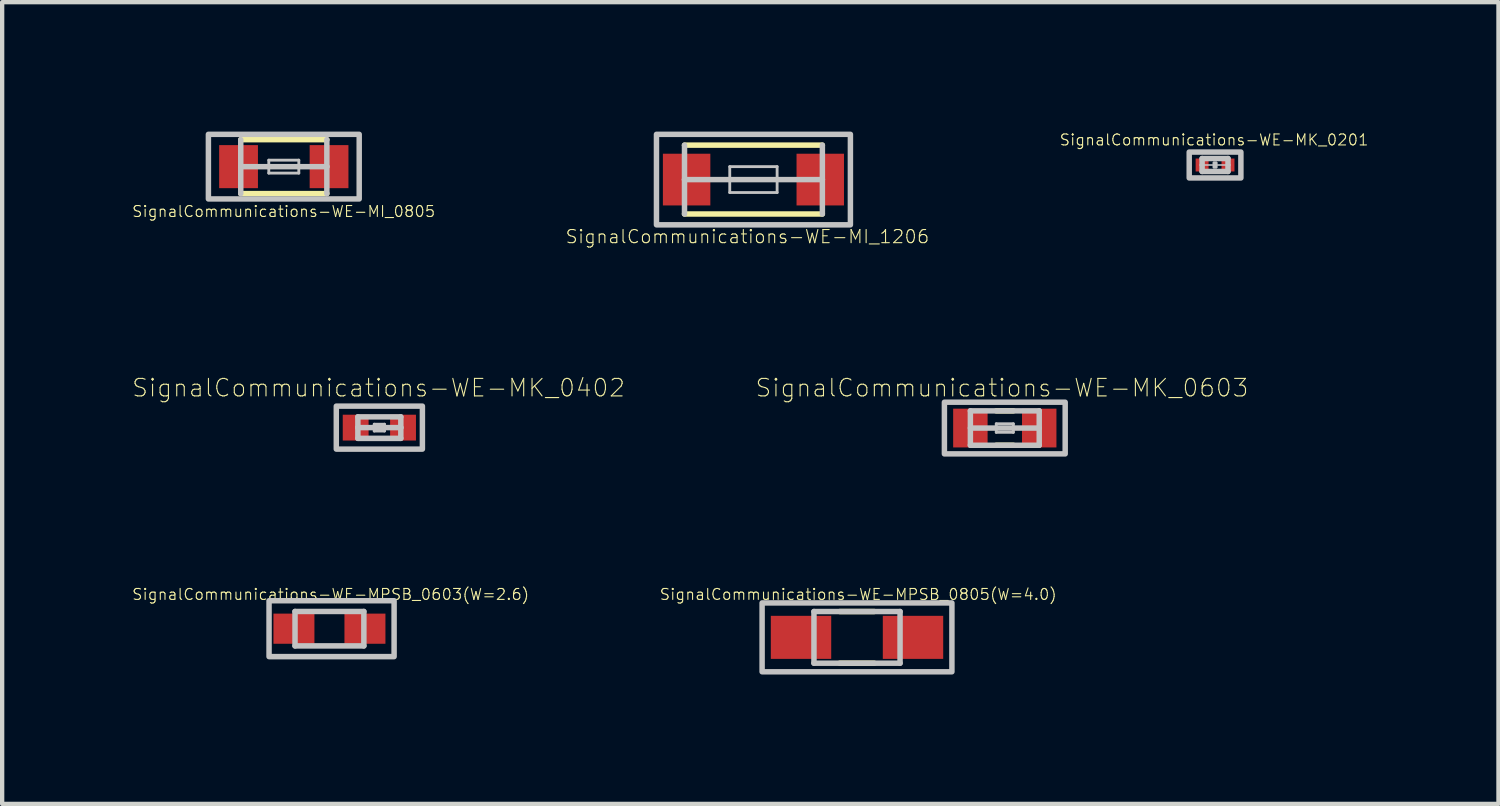
<source format=kicad_pcb>
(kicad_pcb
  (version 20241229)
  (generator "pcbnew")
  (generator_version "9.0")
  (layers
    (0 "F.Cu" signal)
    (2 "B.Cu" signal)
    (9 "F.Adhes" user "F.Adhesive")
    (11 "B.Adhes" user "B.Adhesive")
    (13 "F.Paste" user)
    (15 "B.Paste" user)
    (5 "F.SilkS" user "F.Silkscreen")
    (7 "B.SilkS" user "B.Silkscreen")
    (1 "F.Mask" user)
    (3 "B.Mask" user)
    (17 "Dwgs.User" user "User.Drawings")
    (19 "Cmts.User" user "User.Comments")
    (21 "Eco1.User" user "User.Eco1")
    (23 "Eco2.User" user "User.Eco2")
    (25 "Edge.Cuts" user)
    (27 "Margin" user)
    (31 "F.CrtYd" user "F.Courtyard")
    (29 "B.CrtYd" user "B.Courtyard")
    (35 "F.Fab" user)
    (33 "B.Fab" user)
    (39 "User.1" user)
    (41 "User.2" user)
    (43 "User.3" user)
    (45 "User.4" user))
  (footprint "SignalCommunications-WE-MK_0402"
    (layer "F.Cu")
    (at 5.744 6.863)
    (property "Reference" "SignalCommunications-WE-MK_0402" (at -0.018 -0.922 0) (layer "F.SilkS") (effects (font (size 0.406 0.406) (thickness 0.025))))
    (attr smd)
    (fp_line (start -0.498 -0.249) (end 0.498 -0.249) (stroke (width 0.127) (type solid)) (layer "Dwgs.User"))
    (fp_line (start -0.498 0) (end -0.498 -0.249) (stroke (width 0.127) (type solid)) (layer "Dwgs.User"))
    (fp_line (start -0.498 0) (end 0.498 0) (stroke (width 0.127) (type solid)) (layer "Dwgs.User"))
    (fp_line (start -0.498 0.249) (end -0.498 0) (stroke (width 0.127) (type solid)) (layer "Dwgs.User"))
    (fp_line (start -0.119 -0.079) (end 0.119 -0.079) (stroke (width 0.066) (type solid)) (layer "Dwgs.User"))
    (fp_line (start -0.119 0.079) (end -0.119 -0.079) (stroke (width 0.066) (type solid)) (layer "Dwgs.User"))
    (fp_line (start -0.119 0.079) (end 0.119 0.079) (stroke (width 0.066) (type solid)) (layer "Dwgs.User"))
    (fp_line (start 0.119 0.079) (end 0.119 -0.079) (stroke (width 0.066) (type solid)) (layer "Dwgs.User"))
    (fp_line (start 0.498 -0.249) (end 0.498 0) (stroke (width 0.127) (type solid)) (layer "Dwgs.User"))
    (fp_line (start 0.498 0) (end 0.498 0.249) (stroke (width 0.127) (type solid)) (layer "Dwgs.User"))
    (fp_line (start 0.498 0.249) (end -0.498 0.249) (stroke (width 0.127) (type solid)) (layer "Dwgs.User"))
    (fp_poly (pts (xy -0.998 -0.498) (xy 0.998 -0.498) (xy 0.998 0.498) (xy -0.998 0.498) (xy -0.998 -0.498)) (stroke (width 0.127) (type solid)) (fill no) (layer "Dwgs.User"))
    (pad "1" smd rect (at -0.549 0) (size 0.599 0.599) (layers "F.Cu" "F.Mask" "F.Paste"))
    (pad "2" smd rect (at 0.549 0) (size 0.599 0.599) (layers "F.Cu" "F.Mask" "F.Paste")))
  (footprint "SignalCommunications-WE-MI_1206"
    (layer "F.Cu")
    (at 14.416 1.113)
    (property "Reference" "SignalCommunications-WE-MI_1206" (at -0.14 1.323 0) (layer "F.SilkS") (effects (font (size 0.305 0.305) (thickness 0.025))))
    (attr smd)
    (fp_line (start -1.598 -0.798) (end 1.598 -0.798) (stroke (width 0.127) (type solid)) (layer "F.SilkS"))
    (fp_line (start 1.598 0.798) (end -1.598 0.798) (stroke (width 0.127) (type solid)) (layer "F.SilkS"))
    (fp_line (start -1.598 0) (end -1.598 -0.798) (stroke (width 0.127) (type solid)) (layer "Dwgs.User"))
    (fp_line (start -1.598 0) (end 1.598 0) (stroke (width 0.127) (type solid)) (layer "Dwgs.User"))
    (fp_line (start -1.598 0.798) (end -1.598 0) (stroke (width 0.127) (type solid)) (layer "Dwgs.User"))
    (fp_line (start -0.549 -0.3) (end 0.549 -0.3) (stroke (width 0.066) (type solid)) (layer "Dwgs.User"))
    (fp_line (start -0.549 0.3) (end -0.549 -0.3) (stroke (width 0.066) (type solid)) (layer "Dwgs.User"))
    (fp_line (start -0.549 0.3) (end 0.549 0.3) (stroke (width 0.066) (type solid)) (layer "Dwgs.User"))
    (fp_line (start 0.549 0.3) (end 0.549 -0.3) (stroke (width 0.066) (type solid)) (layer "Dwgs.User"))
    (fp_line (start 1.598 -0.798) (end 1.598 0) (stroke (width 0.127) (type solid)) (layer "Dwgs.User"))
    (fp_line (start 1.598 0) (end 1.598 0.798) (stroke (width 0.127) (type solid)) (layer "Dwgs.User"))
    (fp_poly (pts (xy -2.248 -1.049) (xy 2.248 -1.049) (xy 2.248 1.049) (xy -2.248 1.049) (xy -2.248 -1.049)) (stroke (width 0.127) (type solid)) (fill no) (layer "Dwgs.User"))
    (pad "1" smd rect (at -1.549 0) (size 1.1 1.199) (layers "F.Cu" "F.Mask" "F.Paste"))
    (pad "2" smd rect (at 1.549 0) (size 1.1 1.199) (layers "F.Cu" "F.Mask" "F.Paste")))
  (footprint "SignalCommunications-WE-MK_0603"
    (layer "F.Cu")
    (at 20.243 6.873)
    (property "Reference" "SignalCommunications-WE-MK_0603" (at -0.066 -0.932 0) (layer "F.SilkS") (effects (font (size 0.406 0.406) (thickness 0.025))))
    (attr smd)
    (fp_line (start -0.198 -0.399) (end 0.198 -0.399) (stroke (width 0.127) (type solid)) (layer "F.SilkS"))
    (fp_line (start -0.198 0.399) (end 0.198 0.399) (stroke (width 0.127) (type solid)) (layer "F.SilkS"))
    (fp_line (start -0.798 -0.399) (end 0.798 -0.399) (stroke (width 0.127) (type solid)) (layer "Dwgs.User"))
    (fp_line (start -0.798 0) (end 0.798 0) (stroke (width 0.127) (type solid)) (layer "Dwgs.User"))
    (fp_line (start -0.798 0.399) (end -0.798 -0.399) (stroke (width 0.127) (type solid)) (layer "Dwgs.User"))
    (fp_line (start -0.198 -0.099) (end 0.198 -0.099) (stroke (width 0.066) (type solid)) (layer "Dwgs.User"))
    (fp_line (start -0.198 0.099) (end -0.198 -0.099) (stroke (width 0.066) (type solid)) (layer "Dwgs.User"))
    (fp_line (start -0.198 0.099) (end 0.198 0.099) (stroke (width 0.066) (type solid)) (layer "Dwgs.User"))
    (fp_line (start 0.198 0.099) (end 0.198 -0.099) (stroke (width 0.066) (type solid)) (layer "Dwgs.User"))
    (fp_line (start 0.798 -0.399) (end 0.798 0.399) (stroke (width 0.127) (type solid)) (layer "Dwgs.User"))
    (fp_line (start 0.798 0.399) (end -0.798 0.399) (stroke (width 0.127) (type solid)) (layer "Dwgs.User"))
    (fp_poly (pts (xy -1.4 -0.599) (xy 1.4 -0.599) (xy 1.4 0.599) (xy -1.4 0.599) (xy -1.4 -0.599)) (stroke (width 0.127) (type solid)) (fill no) (layer "Dwgs.User"))
    (pad "1" smd rect (at -0.798 0) (size 0.798 0.899) (layers "F.Cu" "F.Mask" "F.Paste"))
    (pad "2" smd rect (at 0.798 0) (size 0.798 0.899) (layers "F.Cu" "F.Mask" "F.Paste")))
  (footprint "SignalCommunications-WE-MK_0201"
    (layer "F.Cu")
    (at 25.117 0.775)
    (property "Reference" "SignalCommunications-WE-MK_0201" (at -0.023 -0.582 0) (layer "F.SilkS") (effects (font (size 0.254 0.254) (thickness 0.025))))
    (attr smd)
    (fp_line (start -0.348 0) (end 0.348 0) (stroke (width 0.038) (type solid)) (layer "Dwgs.User"))
    (fp_line (start -0.3 -0.15) (end 0.3 -0.15) (stroke (width 0.127) (type solid)) (layer "Dwgs.User"))
    (fp_line (start -0.3 0.15) (end -0.3 -0.15) (stroke (width 0.127) (type solid)) (layer "Dwgs.User"))
    (fp_line (start -0.023 -0.048) (end 0.023 -0.048) (stroke (width 0.066) (type solid)) (layer "Dwgs.User"))
    (fp_line (start -0.023 0.048) (end -0.023 -0.048) (stroke (width 0.066) (type solid)) (layer "Dwgs.User"))
    (fp_line (start -0.023 0.048) (end 0.023 0.048) (stroke (width 0.066) (type solid)) (layer "Dwgs.User"))
    (fp_line (start 0.023 0.048) (end 0.023 -0.048) (stroke (width 0.066) (type solid)) (layer "Dwgs.User"))
    (fp_line (start 0.3 -0.15) (end 0.3 0.15) (stroke (width 0.127) (type solid)) (layer "Dwgs.User"))
    (fp_line (start 0.3 0.15) (end -0.3 0.15) (stroke (width 0.127) (type solid)) (layer "Dwgs.User"))
    (fp_poly (pts (xy -0.599 -0.3) (xy 0.599 -0.3) (xy 0.599 0.3) (xy -0.599 0.3) (xy -0.599 -0.3)) (stroke (width 0.127) (type solid)) (fill no) (layer "Dwgs.User"))
    (pad "1" smd rect (at -0.3 0) (size 0.3 0.3) (layers "F.Cu" "F.Mask" "F.Paste"))
    (pad "2" smd rect (at 0.3 0) (size 0.3 0.3) (layers "F.Cu" "F.Mask" "F.Paste")))
  (footprint "SignalCommunications-WE-MPSB_0603(W=2.6)"
    (layer "F.Cu")
    (at 4.587 11.524)
    (property "Reference" "SignalCommunications-WE-MPSB_0603(W=2.6)" (at 0.028 -0.795 0) (layer "F.SilkS") (effects (font (size 0.254 0.254) (thickness 0.025))))
    (attr smd)
    (fp_line (start -0.798 -0.399) (end -0.798 0.399) (stroke (width 0.127) (type solid)) (layer "Dwgs.User"))
    (fp_line (start -0.798 -0.399) (end 0.798 -0.399) (stroke (width 0.127) (type solid)) (layer "Dwgs.User"))
    (fp_line (start -0.798 0.399) (end 0.798 0.399) (stroke (width 0.127) (type solid)) (layer "Dwgs.User"))
    (fp_line (start 0.798 -0.399) (end 0.798 0.399) (stroke (width 0.127) (type solid)) (layer "Dwgs.User"))
    (fp_poly (pts (xy -1.4 -0.648) (xy 1.499 -0.648) (xy 1.499 0.648) (xy -1.4 0.648) (xy -1.4 -0.648)) (stroke (width 0.127) (type solid)) (fill no) (layer "Dwgs.User"))
    (pad "1" smd rect (at -0.823 0) (size 0.95 0.699) (layers "F.Cu" "F.Mask" "F.Paste"))
    (pad "2" smd rect (at 0.823 0) (size 0.95 0.699) (layers "F.Cu" "F.Mask" "F.Paste")))
  (footprint "SignalCommunications-WE-MI_0805"
    (layer "F.Cu")
    (at 3.529 0.813)
    (property "Reference" "SignalCommunications-WE-MI_0805" (at -0.003 1.039 0) (layer "F.SilkS") (effects (font (size 0.254 0.254) (thickness 0.025))))
    (attr smd)
    (fp_line (start -0.998 -0.625) (end 0.998 -0.625) (stroke (width 0.127) (type solid)) (layer "F.SilkS"))
    (fp_line (start 0.998 0.625) (end -0.998 0.625) (stroke (width 0.127) (type solid)) (layer "F.SilkS"))
    (fp_line (start -0.998 0) (end -0.998 -0.625) (stroke (width 0.127) (type solid)) (layer "Dwgs.User"))
    (fp_line (start -0.998 0) (end 0.998 0) (stroke (width 0.127) (type solid)) (layer "Dwgs.User"))
    (fp_line (start -0.998 0.625) (end -0.998 0) (stroke (width 0.127) (type solid)) (layer "Dwgs.User"))
    (fp_line (start -0.348 -0.15) (end 0.348 -0.15) (stroke (width 0.066) (type solid)) (layer "Dwgs.User"))
    (fp_line (start -0.348 0.15) (end -0.348 -0.15) (stroke (width 0.066) (type solid)) (layer "Dwgs.User"))
    (fp_line (start -0.348 0.15) (end 0.348 0.15) (stroke (width 0.066) (type solid)) (layer "Dwgs.User"))
    (fp_line (start 0.348 0.15) (end 0.348 -0.15) (stroke (width 0.066) (type solid)) (layer "Dwgs.User"))
    (fp_line (start 0.998 -0.625) (end 0.998 0) (stroke (width 0.127) (type solid)) (layer "Dwgs.User"))
    (fp_line (start 0.998 0) (end 0.998 0.625) (stroke (width 0.127) (type solid)) (layer "Dwgs.User"))
    (fp_poly (pts (xy -1.748 -0.749) (xy 1.748 -0.749) (xy 1.748 0.749) (xy -1.748 0.749) (xy -1.748 -0.749)) (stroke (width 0.127) (type solid)) (fill no) (layer "Dwgs.User"))
    (pad "1" smd rect (at -1.049 0) (size 0.899 0.998) (layers "F.Cu" "F.Mask" "F.Paste"))
    (pad "2" smd rect (at 1.049 0) (size 0.899 0.998) (layers "F.Cu" "F.Mask" "F.Paste")))
  (footprint "SignalCommunications-WE-MPSB_0805(W=4.0)"
    (layer "F.Cu")
    (at 16.817 11.725)
    (property "Reference" "SignalCommunications-WE-MPSB_0805(W=4.0)" (at 0.028 -0.996 0) (layer "F.SilkS") (effects (font (size 0.254 0.254) (thickness 0.025))))
    (attr smd)
    (fp_line (start -0.399 -0.599) (end 0.399 -0.599) (stroke (width 0.127) (type solid)) (layer "F.SilkS"))
    (fp_line (start -0.399 0.599) (end 0.399 0.599) (stroke (width 0.127) (type solid)) (layer "F.SilkS"))
    (fp_line (start -0.998 -0.599) (end -0.998 0.599) (stroke (width 0.127) (type solid)) (layer "Dwgs.User"))
    (fp_line (start -0.998 -0.599) (end 0.998 -0.599) (stroke (width 0.127) (type solid)) (layer "Dwgs.User"))
    (fp_line (start -0.998 0.599) (end 0.998 0.599) (stroke (width 0.127) (type solid)) (layer "Dwgs.User"))
    (fp_line (start 0.998 -0.599) (end 0.998 0.599) (stroke (width 0.127) (type solid)) (layer "Dwgs.User"))
    (fp_poly (pts (xy -2.2 -0.798) (xy 2.2 -0.798) (xy 2.2 0.798) (xy -2.2 0.798) (xy -2.2 -0.798)) (stroke (width 0.127) (type solid)) (fill no) (layer "Dwgs.User"))
    (pad "1" smd rect (at -1.298 0) (size 1.4 0.998) (layers "F.Cu" "F.Mask" "F.Paste"))
    (pad "2" smd rect (at 1.298 0) (size 1.4 0.998) (layers "F.Cu" "F.Mask" "F.Paste")))
  (gr_rect
    (start -3 -3)
    (end 31.687 15.586)
    (stroke (width 0.1) (type default))
    (fill no)
    (layer "Edge.Cuts")))
</source>
